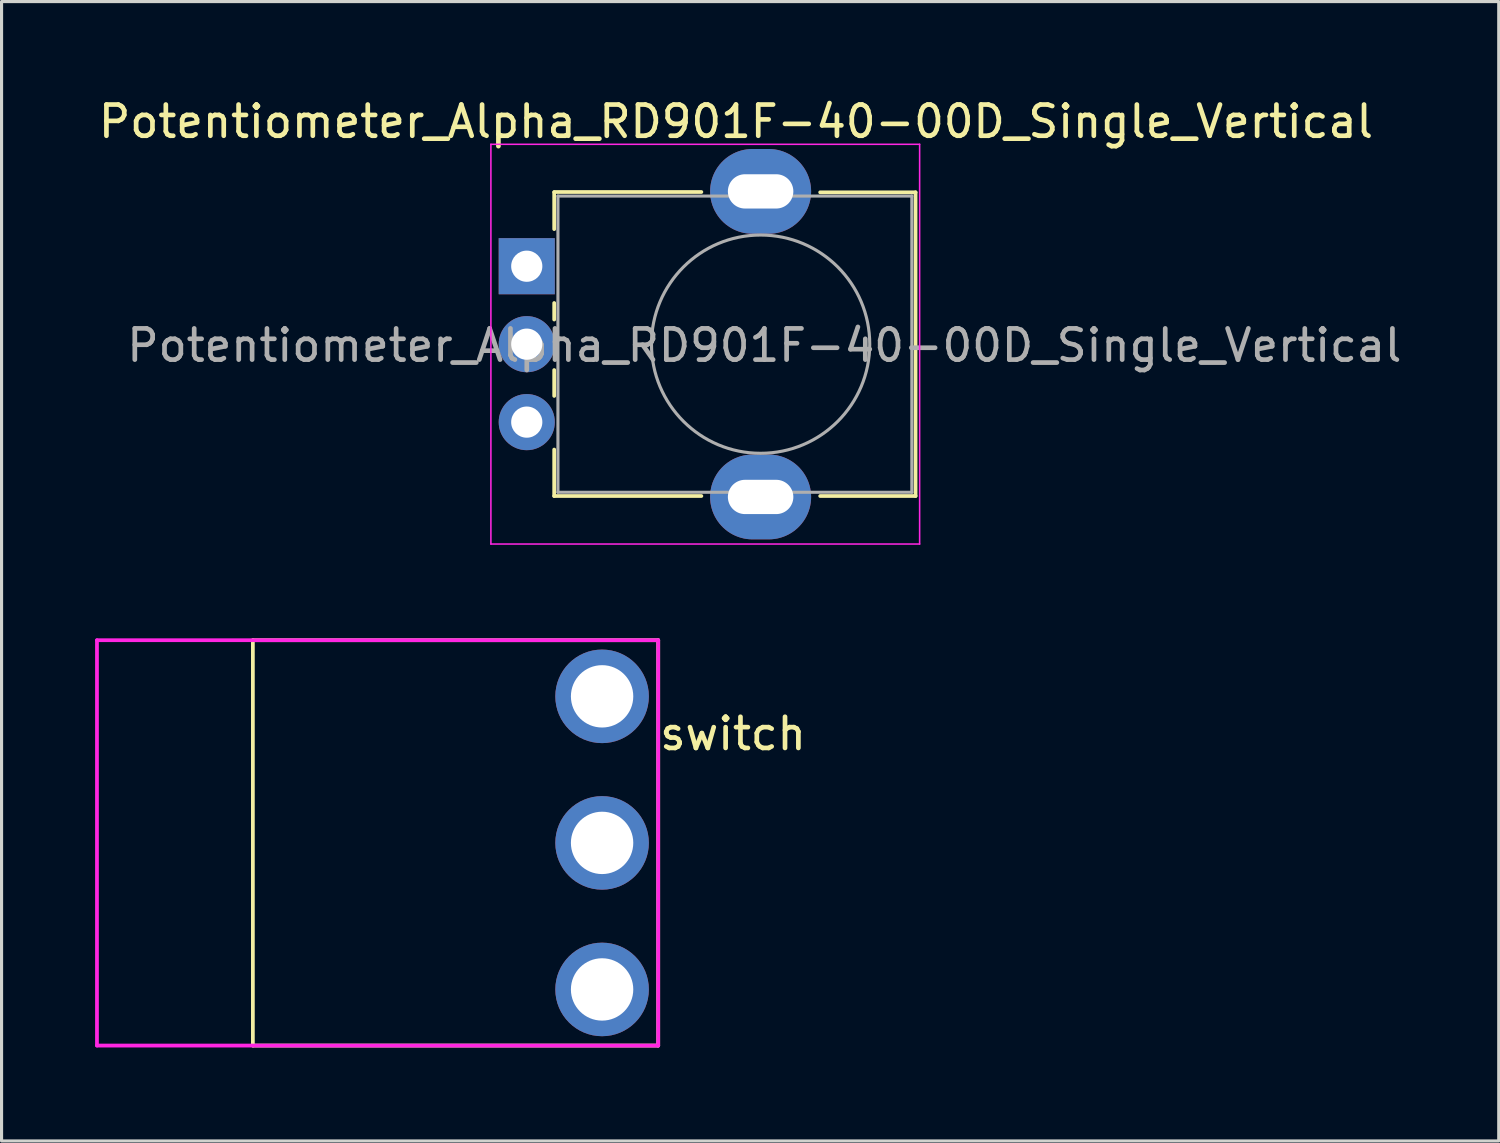
<source format=kicad_pcb>
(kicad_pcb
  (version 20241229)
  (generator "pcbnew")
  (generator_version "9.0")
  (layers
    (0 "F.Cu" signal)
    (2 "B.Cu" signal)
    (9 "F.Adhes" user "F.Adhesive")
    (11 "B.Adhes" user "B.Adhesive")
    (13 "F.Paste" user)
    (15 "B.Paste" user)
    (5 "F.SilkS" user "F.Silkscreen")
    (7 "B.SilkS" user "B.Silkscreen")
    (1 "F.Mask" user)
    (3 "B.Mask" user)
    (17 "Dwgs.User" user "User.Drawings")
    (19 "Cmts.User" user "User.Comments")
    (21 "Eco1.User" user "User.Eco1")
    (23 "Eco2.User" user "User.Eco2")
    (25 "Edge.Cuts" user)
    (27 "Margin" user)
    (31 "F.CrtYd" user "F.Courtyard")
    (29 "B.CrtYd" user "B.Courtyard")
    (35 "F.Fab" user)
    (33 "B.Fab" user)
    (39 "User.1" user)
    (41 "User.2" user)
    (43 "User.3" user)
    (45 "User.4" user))
  (footprint "switch"
    (layer "F.Cu")
    (at 16.26 19.283)
    (property "Reference" "switch" (at 4.2 1.2 0) (layer "F.SilkS") (effects (font (size 1 1) (thickness 0.15))))
    (attr through_hole)
    (fp_line (start -11.2 -1.8) (end -11.2 11.2) (stroke (width 0.12) (type solid)) (layer "F.SilkS"))
    (fp_line (start -11.2 11.2) (end 1.8 11.2) (stroke (width 0.12) (type solid)) (layer "F.SilkS"))
    (fp_line (start 1.8 -1.8) (end -11.2 -1.8) (stroke (width 0.12) (type solid)) (layer "F.SilkS"))
    (fp_line (start 1.8 11.2) (end 1.8 -1.8) (stroke (width 0.12) (type solid)) (layer "F.SilkS"))
    (fp_line (start -16.2 -1.8) (end -16.2 11.2) (stroke (width 0.12) (type solid)) (layer "F.CrtYd"))
    (fp_line (start -16.2 11.2) (end 1.8 11.2) (stroke (width 0.12) (type solid)) (layer "F.CrtYd"))
    (fp_line (start 1.8 -1.8) (end -16.2 -1.8) (stroke (width 0.12) (type solid)) (layer "F.CrtYd"))
    (fp_line (start 1.8 11.2) (end 1.8 -1.8) (stroke (width 0.12) (type solid)) (layer "F.CrtYd"))
    (pad "1" thru_hole circle (at 0 0) (size 3 3) (drill 2) (layers "*.Cu" "*.Mask"))
    (pad "2" thru_hole circle (at 0 4.7) (size 3 3) (drill 2) (layers "*.Cu" "*.Mask"))
    (pad "3" thru_hole circle (at 0 9.4) (size 3 3) (drill 2) (layers "*.Cu" "*.Mask")))
  (footprint "Potentiometer_Alpha_RD901F-40-00D_Single_Vertical"
    (layer "F.Cu")
    (at 13.844 5.488)
    (property "Reference" "Potentiometer_Alpha_RD901F-40-00D_Single_Vertical" (at 6.71 -4.64 180) (layer "F.SilkS") (effects (font (size 1 1) (thickness 0.15))))
    (attr through_hole)
    (fp_line (start 0.88 -2.38) (end 5.6 -2.38) (stroke (width 0.12) (type solid)) (layer "F.SilkS"))
    (fp_line (start 0.88 -1.19) (end 0.88 -2.37) (stroke (width 0.12) (type solid)) (layer "F.SilkS"))
    (fp_line (start 0.88 1.71) (end 0.88 1.18) (stroke (width 0.12) (type solid)) (layer "F.SilkS"))
    (fp_line (start 0.88 4.16) (end 0.88 3.33) (stroke (width 0.12) (type solid)) (layer "F.SilkS"))
    (fp_line (start 0.88 7.37) (end 0.88 5.88) (stroke (width 0.12) (type solid)) (layer "F.SilkS"))
    (fp_line (start 0.88 7.37) (end 5.6 7.37) (stroke (width 0.12) (type solid)) (layer "F.SilkS"))
    (fp_line (start 9.41 -2.37) (end 12.47 -2.37) (stroke (width 0.12) (type solid)) (layer "F.SilkS"))
    (fp_line (start 9.41 7.37) (end 12.47 7.37) (stroke (width 0.12) (type solid)) (layer "F.SilkS"))
    (fp_line (start 12.47 7.37) (end 12.47 -2.37) (stroke (width 0.12) (type solid)) (layer "F.SilkS"))
    (fp_line (start -1.15 -3.91) (end -1.15 8.91) (stroke (width 0.05) (type solid)) (layer "F.CrtYd"))
    (fp_line (start -1.15 8.91) (end 12.6 8.91) (stroke (width 0.05) (type solid)) (layer "F.CrtYd"))
    (fp_line (start 12.6 -3.91) (end -1.15 -3.91) (stroke (width 0.05) (type solid)) (layer "F.CrtYd"))
    (fp_line (start 12.6 8.91) (end 12.6 -3.91) (stroke (width 0.05) (type solid)) (layer "F.CrtYd"))
    (fp_line (start 1 -2.25) (end 12.35 -2.25) (stroke (width 0.1) (type solid)) (layer "F.Fab"))
    (fp_line (start 1 7.25) (end 1 -2.25) (stroke (width 0.1) (type solid)) (layer "F.Fab"))
    (fp_line (start 1 7.25) (end 12.35 7.25) (stroke (width 0.1) (type solid)) (layer "F.Fab"))
    (fp_line (start 12.35 7.25) (end 12.35 -2.25) (stroke (width 0.1) (type solid)) (layer "F.Fab"))
    (fp_circle (center 7.5 2.5) (end 7.5 -1) (stroke (width 0.1) (type solid)) (fill no) (layer "F.Fab"))
    (fp_text user "${REFERENCE}" (at 7.62 2.54 0) (layer "F.Fab") (effects (font (size 1 1) (thickness 0.15))))
    (pad "" thru_hole oval (at 7.5 -2.4 90) (size 2.72 3.24) (drill oval 1.1 2.1) (layers "*.Cu" "*.Mask"))
    (pad "" thru_hole oval (at 7.5 7.4 90) (size 2.72 3.24) (drill oval 1.1 2.1) (layers "*.Cu" "*.Mask"))
    (pad "1" thru_hole rect (at 0 0 90) (size 1.8 1.8) (drill 1) (layers "*.Cu" "*.Mask"))
    (pad "2" thru_hole circle (at 0 2.5 90) (size 1.8 1.8) (drill 1) (layers "*.Cu" "*.Mask"))
    (pad "3" thru_hole circle (at 0 5 90) (size 1.8 1.8) (drill 1) (layers "*.Cu" "*.Mask")))
  (gr_rect
    (start -3 -3)
    (end 45.017 33.543)
    (stroke (width 0.1) (type default))
    (fill no)
    (layer "Edge.Cuts")))
</source>
